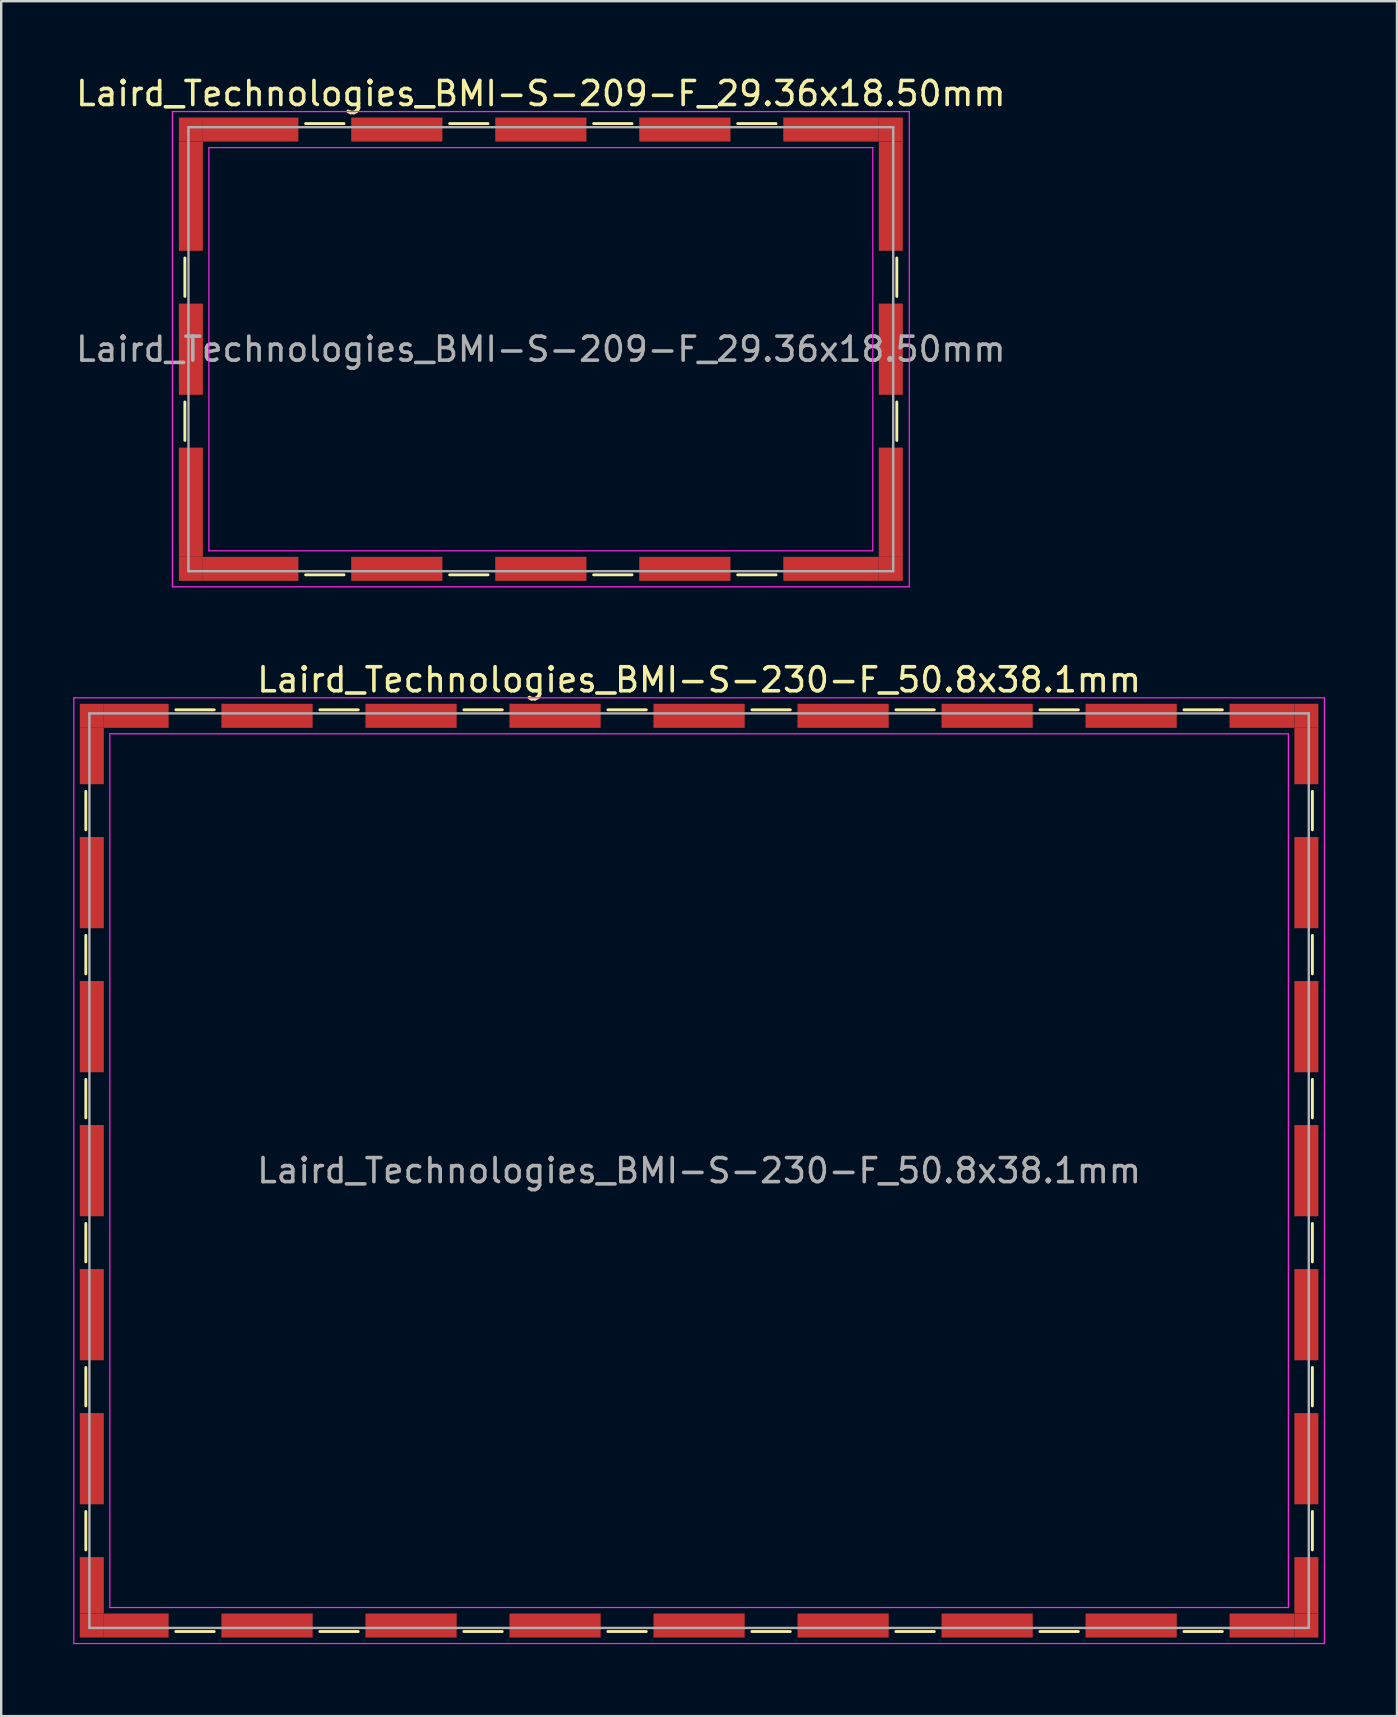
<source format=kicad_pcb>
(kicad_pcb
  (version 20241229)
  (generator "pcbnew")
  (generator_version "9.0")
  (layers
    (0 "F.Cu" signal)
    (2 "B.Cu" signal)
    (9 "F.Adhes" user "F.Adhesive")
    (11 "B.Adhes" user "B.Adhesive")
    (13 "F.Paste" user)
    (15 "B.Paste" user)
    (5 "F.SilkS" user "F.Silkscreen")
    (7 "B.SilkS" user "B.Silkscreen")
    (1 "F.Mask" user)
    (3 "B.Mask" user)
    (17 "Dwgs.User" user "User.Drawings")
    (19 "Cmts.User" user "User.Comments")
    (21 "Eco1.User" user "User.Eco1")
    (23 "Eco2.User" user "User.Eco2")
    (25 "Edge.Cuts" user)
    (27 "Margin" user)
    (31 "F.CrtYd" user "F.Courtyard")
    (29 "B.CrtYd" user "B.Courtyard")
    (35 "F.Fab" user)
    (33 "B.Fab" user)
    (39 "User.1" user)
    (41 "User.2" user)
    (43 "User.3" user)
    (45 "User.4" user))
  (footprint "Laird_Technologies_BMI-S-230-F_50.8x38.1mm"
    (layer "F.Cu")
    (at 26.075 45.721)
    (property "Reference" "Laird_Technologies_BMI-S-230-F_50.8x38.1mm" (at 0 -20.45 0) (layer "F.SilkS") (effects (font (size 1 1) (thickness 0.15))))
    (attr smd)
    (fp_line (start -25.55 -15.8) (end -25.55 -14.2) (stroke (width 0.12) (type solid)) (layer "F.SilkS"))
    (fp_line (start -25.55 -9.8) (end -25.55 -8.2) (stroke (width 0.12) (type solid)) (layer "F.SilkS"))
    (fp_line (start -25.55 -3.8) (end -25.55 -2.2) (stroke (width 0.12) (type solid)) (layer "F.SilkS"))
    (fp_line (start -25.55 2.2) (end -25.55 3.8) (stroke (width 0.12) (type solid)) (layer "F.SilkS"))
    (fp_line (start -25.55 8.2) (end -25.55 9.8) (stroke (width 0.12) (type solid)) (layer "F.SilkS"))
    (fp_line (start -25.55 14.2) (end -25.55 15.8) (stroke (width 0.12) (type solid)) (layer "F.SilkS"))
    (fp_line (start -21.8 -19.2) (end -20.2 -19.2) (stroke (width 0.12) (type solid)) (layer "F.SilkS"))
    (fp_line (start -21.8 19.2) (end -20.2 19.2) (stroke (width 0.12) (type solid)) (layer "F.SilkS"))
    (fp_line (start -15.8 -19.2) (end -14.2 -19.2) (stroke (width 0.12) (type solid)) (layer "F.SilkS"))
    (fp_line (start -15.8 19.2) (end -14.2 19.2) (stroke (width 0.12) (type solid)) (layer "F.SilkS"))
    (fp_line (start -9.8 -19.2) (end -8.2 -19.2) (stroke (width 0.12) (type solid)) (layer "F.SilkS"))
    (fp_line (start -9.8 19.2) (end -8.2 19.2) (stroke (width 0.12) (type solid)) (layer "F.SilkS"))
    (fp_line (start -3.8 -19.2) (end -2.2 -19.2) (stroke (width 0.12) (type solid)) (layer "F.SilkS"))
    (fp_line (start -3.8 19.2) (end -2.2 19.2) (stroke (width 0.12) (type solid)) (layer "F.SilkS"))
    (fp_line (start 2.2 -19.2) (end 3.8 -19.2) (stroke (width 0.12) (type solid)) (layer "F.SilkS"))
    (fp_line (start 2.2 19.2) (end 3.8 19.2) (stroke (width 0.12) (type solid)) (layer "F.SilkS"))
    (fp_line (start 8.2 -19.2) (end 9.8 -19.2) (stroke (width 0.12) (type solid)) (layer "F.SilkS"))
    (fp_line (start 8.2 19.2) (end 9.8 19.2) (stroke (width 0.12) (type solid)) (layer "F.SilkS"))
    (fp_line (start 14.2 -19.2) (end 15.8 -19.2) (stroke (width 0.12) (type solid)) (layer "F.SilkS"))
    (fp_line (start 14.2 19.2) (end 15.8 19.2) (stroke (width 0.12) (type solid)) (layer "F.SilkS"))
    (fp_line (start 20.2 -19.2) (end 21.8 -19.2) (stroke (width 0.12) (type solid)) (layer "F.SilkS"))
    (fp_line (start 20.2 19.2) (end 21.8 19.2) (stroke (width 0.12) (type solid)) (layer "F.SilkS"))
    (fp_line (start 25.55 -15.8) (end 25.55 -14.2) (stroke (width 0.12) (type solid)) (layer "F.SilkS"))
    (fp_line (start 25.55 -9.8) (end 25.55 -8.2) (stroke (width 0.12) (type solid)) (layer "F.SilkS"))
    (fp_line (start 25.55 -3.8) (end 25.55 -2.2) (stroke (width 0.12) (type solid)) (layer "F.SilkS"))
    (fp_line (start 25.55 2.2) (end 25.55 3.8) (stroke (width 0.12) (type solid)) (layer "F.SilkS"))
    (fp_line (start 25.55 8.2) (end 25.55 9.8) (stroke (width 0.12) (type solid)) (layer "F.SilkS"))
    (fp_line (start 25.55 14.2) (end 25.55 15.8) (stroke (width 0.12) (type solid)) (layer "F.SilkS"))
    (fp_line (start -26.05 -19.7) (end -26.05 19.7) (stroke (width 0.05) (type solid)) (layer "F.CrtYd"))
    (fp_line (start -26.05 19.7) (end 26.05 19.7) (stroke (width 0.05) (type solid)) (layer "F.CrtYd"))
    (fp_line (start -24.55 -18.2) (end -24.55 18.2) (stroke (width 0.05) (type solid)) (layer "F.CrtYd"))
    (fp_line (start -24.55 18.2) (end 24.55 18.2) (stroke (width 0.05) (type solid)) (layer "F.CrtYd"))
    (fp_line (start 24.55 -18.2) (end -24.55 -18.2) (stroke (width 0.05) (type solid)) (layer "F.CrtYd"))
    (fp_line (start 24.55 18.2) (end 24.55 -18.2) (stroke (width 0.05) (type solid)) (layer "F.CrtYd"))
    (fp_line (start 26.05 -19.7) (end -26.05 -19.7) (stroke (width 0.05) (type solid)) (layer "F.CrtYd"))
    (fp_line (start 26.05 19.7) (end 26.05 -19.7) (stroke (width 0.05) (type solid)) (layer "F.CrtYd"))
    (fp_line (start -25.4 -19.05) (end -25.4 19.05) (stroke (width 0.1) (type solid)) (layer "F.Fab"))
    (fp_line (start -25.4 19.05) (end 25.4 19.05) (stroke (width 0.1) (type solid)) (layer "F.Fab"))
    (fp_line (start 25.4 -19.05) (end -25.4 -19.05) (stroke (width 0.1) (type solid)) (layer "F.Fab"))
    (fp_line (start 25.4 19.05) (end 25.4 -19.05) (stroke (width 0.1) (type solid)) (layer "F.Fab"))
    (fp_text user "${REFERENCE}" (at 0 0 0) (layer "F.Fab") (effects (font (size 1 1) (thickness 0.15))))
    (pad "1" smd rect (at -25.3 -18.95) (size 1 1) (layers "F.Cu" "F.Mask" "F.Paste"))
    (pad "1" smd rect (at -25.3 -17.275) (size 1 2.35) (layers "F.Cu" "F.Mask" "F.Paste"))
    (pad "1" smd rect (at -25.3 -12) (size 1 3.8) (layers "F.Cu" "F.Mask" "F.Paste"))
    (pad "1" smd rect (at -25.3 -6) (size 1 3.8) (layers "F.Cu" "F.Mask" "F.Paste"))
    (pad "1" smd rect (at -25.3 0) (size 1 3.8) (layers "F.Cu" "F.Mask" "F.Paste"))
    (pad "1" smd rect (at -25.3 6) (size 1 3.8) (layers "F.Cu" "F.Mask" "F.Paste"))
    (pad "1" smd rect (at -25.3 12) (size 1 3.8) (layers "F.Cu" "F.Mask" "F.Paste"))
    (pad "1" smd rect (at -25.3 17.275) (size 1 2.35) (layers "F.Cu" "F.Mask" "F.Paste"))
    (pad "1" smd rect (at -25.3 18.95) (size 1 1) (layers "F.Cu" "F.Mask" "F.Paste"))
    (pad "1" smd rect (at -23.45 -18.95) (size 2.7 1) (layers "F.Cu" "F.Mask" "F.Paste"))
    (pad "1" smd rect (at -23.45 18.95) (size 2.7 1) (layers "F.Cu" "F.Mask" "F.Paste"))
    (pad "1" smd rect (at -18 -18.95) (size 3.8 1) (layers "F.Cu" "F.Mask" "F.Paste"))
    (pad "1" smd rect (at -18 18.95) (size 3.8 1) (layers "F.Cu" "F.Mask" "F.Paste"))
    (pad "1" smd rect (at -12 -18.95) (size 3.8 1) (layers "F.Cu" "F.Mask" "F.Paste"))
    (pad "1" smd rect (at -12 18.95) (size 3.8 1) (layers "F.Cu" "F.Mask" "F.Paste"))
    (pad "1" smd rect (at -6 -18.95) (size 3.8 1) (layers "F.Cu" "F.Mask" "F.Paste"))
    (pad "1" smd rect (at -6 18.95) (size 3.8 1) (layers "F.Cu" "F.Mask" "F.Paste"))
    (pad "1" smd rect (at 0 -18.95) (size 3.8 1) (layers "F.Cu" "F.Mask" "F.Paste"))
    (pad "1" smd rect (at 0 18.95) (size 3.8 1) (layers "F.Cu" "F.Mask" "F.Paste"))
    (pad "1" smd rect (at 6 -18.95) (size 3.8 1) (layers "F.Cu" "F.Mask" "F.Paste"))
    (pad "1" smd rect (at 6 18.95) (size 3.8 1) (layers "F.Cu" "F.Mask" "F.Paste"))
    (pad "1" smd rect (at 12 -18.95) (size 3.8 1) (layers "F.Cu" "F.Mask" "F.Paste"))
    (pad "1" smd rect (at 12 18.95) (size 3.8 1) (layers "F.Cu" "F.Mask" "F.Paste"))
    (pad "1" smd rect (at 18 -18.95) (size 3.8 1) (layers "F.Cu" "F.Mask" "F.Paste"))
    (pad "1" smd rect (at 18 18.95) (size 3.8 1) (layers "F.Cu" "F.Mask" "F.Paste"))
    (pad "1" smd rect (at 23.45 -18.95) (size 2.7 1) (layers "F.Cu" "F.Mask" "F.Paste"))
    (pad "1" smd rect (at 23.45 18.95) (size 2.7 1) (layers "F.Cu" "F.Mask" "F.Paste"))
    (pad "1" smd rect (at 25.3 -18.95) (size 1 1) (layers "F.Cu" "F.Mask" "F.Paste"))
    (pad "1" smd rect (at 25.3 -17.275) (size 1 2.35) (layers "F.Cu" "F.Mask" "F.Paste"))
    (pad "1" smd rect (at 25.3 -12) (size 1 3.8) (layers "F.Cu" "F.Mask" "F.Paste"))
    (pad "1" smd rect (at 25.3 -6) (size 1 3.8) (layers "F.Cu" "F.Mask" "F.Paste"))
    (pad "1" smd rect (at 25.3 0) (size 1 3.8) (layers "F.Cu" "F.Mask" "F.Paste"))
    (pad "1" smd rect (at 25.3 6) (size 1 3.8) (layers "F.Cu" "F.Mask" "F.Paste"))
    (pad "1" smd rect (at 25.3 12) (size 1 3.8) (layers "F.Cu" "F.Mask" "F.Paste"))
    (pad "1" smd rect (at 25.3 17.275) (size 1 2.35) (layers "F.Cu" "F.Mask" "F.Paste"))
    (pad "1" smd rect (at 25.3 18.95) (size 1 1) (layers "F.Cu" "F.Mask" "F.Paste")))
  (footprint "Laird_Technologies_BMI-S-209-F_29.36x18.50mm"
    (layer "F.Cu")
    (at 19.482 11.498)
    (property "Reference" "Laird_Technologies_BMI-S-209-F_29.36x18.50mm" (at 0 -10.65 0) (layer "F.SilkS") (effects (font (size 1 1) (thickness 0.15))))
    (attr smd)
    (fp_line (start -14.83 -3.8) (end -14.83 -2.2) (stroke (width 0.12) (type solid)) (layer "F.SilkS"))
    (fp_line (start -14.83 2.2) (end -14.83 3.8) (stroke (width 0.12) (type solid)) (layer "F.SilkS"))
    (fp_line (start -9.8 -9.4) (end -8.2 -9.4) (stroke (width 0.12) (type solid)) (layer "F.SilkS"))
    (fp_line (start -9.8 9.4) (end -8.2 9.4) (stroke (width 0.12) (type solid)) (layer "F.SilkS"))
    (fp_line (start -3.8 -9.4) (end -2.2 -9.4) (stroke (width 0.12) (type solid)) (layer "F.SilkS"))
    (fp_line (start -3.8 9.4) (end -2.2 9.4) (stroke (width 0.12) (type solid)) (layer "F.SilkS"))
    (fp_line (start 2.2 -9.4) (end 3.8 -9.4) (stroke (width 0.12) (type solid)) (layer "F.SilkS"))
    (fp_line (start 2.2 9.4) (end 3.8 9.4) (stroke (width 0.12) (type solid)) (layer "F.SilkS"))
    (fp_line (start 8.2 -9.4) (end 9.8 -9.4) (stroke (width 0.12) (type solid)) (layer "F.SilkS"))
    (fp_line (start 8.2 9.4) (end 9.8 9.4) (stroke (width 0.12) (type solid)) (layer "F.SilkS"))
    (fp_line (start 14.83 -3.8) (end 14.83 -2.2) (stroke (width 0.12) (type solid)) (layer "F.SilkS"))
    (fp_line (start 14.83 2.2) (end 14.83 3.8) (stroke (width 0.12) (type solid)) (layer "F.SilkS"))
    (fp_line (start -15.35 -9.9) (end -15.35 9.9) (stroke (width 0.05) (type solid)) (layer "F.CrtYd"))
    (fp_line (start -15.35 9.9) (end 15.35 9.9) (stroke (width 0.05) (type solid)) (layer "F.CrtYd"))
    (fp_line (start -13.83 -8.4) (end -13.83 8.4) (stroke (width 0.05) (type solid)) (layer "F.CrtYd"))
    (fp_line (start 13.83 -8.4) (end -13.83 -8.4) (stroke (width 0.05) (type solid)) (layer "F.CrtYd"))
    (fp_line (start 13.83 -8.4) (end 13.83 8.4) (stroke (width 0.05) (type solid)) (layer "F.CrtYd"))
    (fp_line (start 13.83 8.4) (end -13.83 8.4) (stroke (width 0.05) (type solid)) (layer "F.CrtYd"))
    (fp_line (start 15.35 -9.9) (end -15.35 -9.9) (stroke (width 0.05) (type solid)) (layer "F.CrtYd"))
    (fp_line (start 15.35 9.9) (end 15.35 -9.9) (stroke (width 0.05) (type solid)) (layer "F.CrtYd"))
    (fp_line (start -14.68 -9.25) (end -14.68 9.25) (stroke (width 0.1) (type solid)) (layer "F.Fab"))
    (fp_line (start -14.68 9.25) (end 14.68 9.25) (stroke (width 0.1) (type solid)) (layer "F.Fab"))
    (fp_line (start 14.68 -9.25) (end -14.68 -9.25) (stroke (width 0.1) (type solid)) (layer "F.Fab"))
    (fp_line (start 14.68 9.25) (end 14.68 -9.25) (stroke (width 0.1) (type solid)) (layer "F.Fab"))
    (fp_text user "${REFERENCE}" (at 0 0 0) (layer "F.Fab") (effects (font (size 1 1) (thickness 0.15))))
    (pad "1" smd rect (at -14.58 -9.15) (size 1 1) (layers "F.Cu" "F.Mask" "F.Paste"))
    (pad "1" smd rect (at -14.58 -6.375) (size 1 4.55) (layers "F.Cu" "F.Mask" "F.Paste"))
    (pad "1" smd rect (at -14.58 0) (size 1 3.8) (layers "F.Cu" "F.Mask" "F.Paste"))
    (pad "1" smd rect (at -14.58 6.375) (size 1 4.55) (layers "F.Cu" "F.Mask" "F.Paste"))
    (pad "1" smd rect (at -14.58 9.15) (size 1 1) (layers "F.Cu" "F.Mask" "F.Paste"))
    (pad "1" smd rect (at -12.09 -9.15) (size 3.98 1) (layers "F.Cu" "F.Mask" "F.Paste"))
    (pad "1" smd rect (at -12.09 9.15) (size 3.98 1) (layers "F.Cu" "F.Mask" "F.Paste"))
    (pad "1" smd rect (at -6 -9.15) (size 3.8 1) (layers "F.Cu" "F.Mask" "F.Paste"))
    (pad "1" smd rect (at -6 9.15) (size 3.8 1) (layers "F.Cu" "F.Mask" "F.Paste"))
    (pad "1" smd rect (at 0 -9.15) (size 3.8 1) (layers "F.Cu" "F.Mask" "F.Paste"))
    (pad "1" smd rect (at 0 9.15) (size 3.8 1) (layers "F.Cu" "F.Mask" "F.Paste"))
    (pad "1" smd rect (at 6 -9.15) (size 3.8 1) (layers "F.Cu" "F.Mask" "F.Paste"))
    (pad "1" smd rect (at 6 9.15) (size 3.8 1) (layers "F.Cu" "F.Mask" "F.Paste"))
    (pad "1" smd rect (at 12.09 -9.15) (size 3.98 1) (layers "F.Cu" "F.Mask" "F.Paste"))
    (pad "1" smd rect (at 12.09 9.15) (size 3.98 1) (layers "F.Cu" "F.Mask" "F.Paste"))
    (pad "1" smd rect (at 14.58 -9.15) (size 1 1) (layers "F.Cu" "F.Mask" "F.Paste"))
    (pad "1" smd rect (at 14.58 -6.375) (size 1 4.55) (layers "F.Cu" "F.Mask" "F.Paste"))
    (pad "1" smd rect (at 14.58 0) (size 1 3.8) (layers "F.Cu" "F.Mask" "F.Paste"))
    (pad "1" smd rect (at 14.58 6.375) (size 1 4.55) (layers "F.Cu" "F.Mask" "F.Paste"))
    (pad "1" smd rect (at 14.58 9.15) (size 1 1) (layers "F.Cu" "F.Mask" "F.Paste")))
  (gr_rect
    (start -3 -3)
    (end 55.15 68.447)
    (stroke (width 0.1) (type default))
    (fill no)
    (layer "Edge.Cuts")))
</source>
